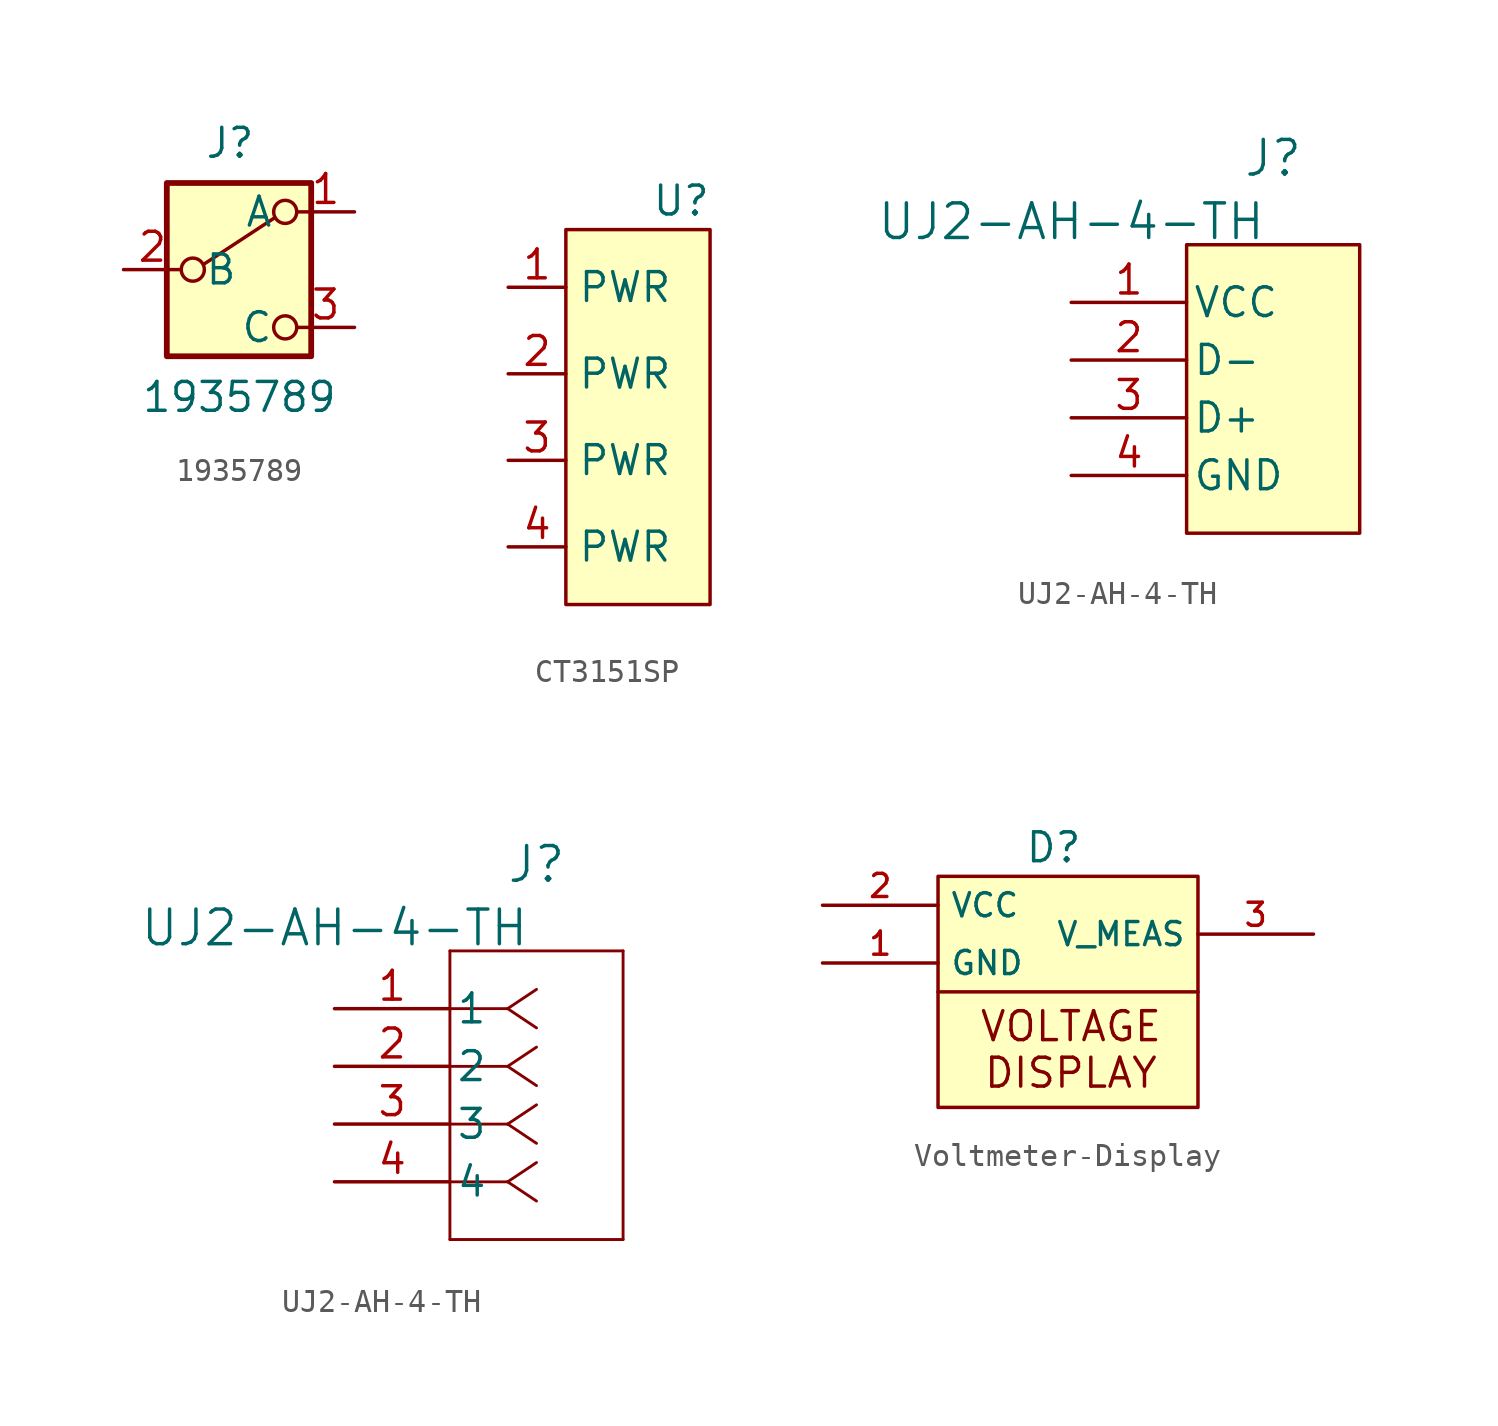
<source format=kicad_sym>
(kicad_symbol_lib
  (version 20231120)
  (generator "kicad_symbol_editor")
  (generator_version "8.0")
  (symbol "1935789"
    (pin_names
      (offset 1.016))
    (property "Reference" "J"
      (at -1.524 4.826 0)
      (effects (font (size 1.27 1.27)) (justify left bottom)))
    (property "Value" "1935789"
      (at -4.318 -6.35 0)
      (effects (font (size 1.27 1.27)) (justify left bottom)))
    (symbol "1935789_0_0"
      (circle (center -2.032 0) (radius 0.508) (stroke (width 0) (type default)) (fill (type none)))
      (circle (center 2.032 -2.54) (radius 0.508) (stroke (width 0) (type default)) (fill (type none))))
    (symbol "1935789_0_1"
      (rectangle (start -3.175 3.81) (end 3.175 -3.81) (stroke (width 0.254) (type default)) (fill (type background)))
      (polyline (pts (xy -1.524 0.254) (xy 1.575 2.286)) (stroke (width 0) (type default)) (fill (type none)))
      (circle (center 2.032 2.54) (radius 0.508) (stroke (width 0) (type default)) (fill (type none))))
    (symbol "1935789_1_1"
      (pin passive line (at 5.08 2.54 180) (length 2.54) (name "A" (effects (font (size 1.27 1.27)))) (number "1" (effects (font (size 1.27 1.27)))))
      (pin passive line (at -5.08 0 0) (length 2.54) (name "B" (effects (font (size 1.27 1.27)))) (number "2" (effects (font (size 1.27 1.27)))))
      (pin passive line (at 5.08 -2.54 180) (length 2.54) (name "C" (effects (font (size 1.27 1.27)))) (number "3" (effects (font (size 1.27 1.27)))))))
  (symbol "CT3151SP"
    (property "Reference" "U"
      (at 0 0 0)
      (effects (font (size 1.27 1.27))))
    (property "Value" ""
      (at 1.27 2.54 0)
      (effects (font (size 1.27 1.27))))
    (symbol "CT3151SP_1_1"
      (rectangle (start -5.08 -1.27) (end 1.27 -17.78) (stroke (width 0) (type default)) (fill (type color) (color 255 255 194 1)))
      (pin input line (at -7.62 -3.81 0) (length 2.54) (name "PWR" (effects (font (size 1.27 1.27)))) (number "1" (effects (font (size 1.27 1.27)))))
      (pin input line (at -7.62 -7.62 0) (length 2.54) (name "PWR" (effects (font (size 1.27 1.27)))) (number "2" (effects (font (size 1.27 1.27)))))
      (pin input line (at -7.62 -11.43 0) (length 2.54) (name "PWR" (effects (font (size 1.27 1.27)))) (number "3" (effects (font (size 1.27 1.27)))))
      (pin input line (at -7.62 -15.24 0) (length 2.54) (name "PWR" (effects (font (size 1.27 1.27)))) (number "4" (effects (font (size 1.27 1.27)))))))
  (symbol "UJ2-AH-4-TH"
    (pin_names
      (offset 0.254))
    (property "Reference" "J"
      (at 8.89 6.35 0)
      (effects (font (size 1.524 1.524))))
    (property "Value" "UJ2-AH-4-TH"
      (at 0 3.556 0)
      (effects (font (size 1.524 1.524))))
    (symbol "UJ2-AH-4-TH_1_1"
      (rectangle (start 5.08 2.54) (end 12.7 -10.16) (stroke (width 0) (type default)) (fill (type background)))
      (pin unspecified line (at 0 0 0) (length 5.08) (name "VCC" (effects (font (size 1.27 1.27)))) (number "1" (effects (font (size 1.27 1.27)))))
      (pin unspecified line (at 0 -2.54 0) (length 5.08) (name "D-" (effects (font (size 1.27 1.27)))) (number "2" (effects (font (size 1.27 1.27)))))
      (pin unspecified line (at 0 -5.08 0) (length 5.08) (name "D+" (effects (font (size 1.27 1.27)))) (number "3" (effects (font (size 1.27 1.27)))))
      (pin unspecified line (at 0 -7.62 0) (length 5.08) (name "GND" (effects (font (size 1.27 1.27)))) (number "4" (effects (font (size 1.27 1.27))))))
    (symbol "UJ2-AH-4-TH_1_2"
      (polyline (pts (xy 5.08 -10.16) (xy 12.7 -10.16)) (stroke (width 0.127) (type default)) (fill (type none)))
      (polyline (pts (xy 5.08 2.54) (xy 5.08 -10.16)) (stroke (width 0.127) (type default)) (fill (type none)))
      (polyline (pts (xy 7.62 -7.62) (xy 5.08 -7.62)) (stroke (width 0.127) (type default)) (fill (type none)))
      (polyline (pts (xy 7.62 -7.62) (xy 8.89 -8.467)) (stroke (width 0.127) (type default)) (fill (type none)))
      (polyline (pts (xy 7.62 -7.62) (xy 8.89 -6.773)) (stroke (width 0.127) (type default)) (fill (type none)))
      (polyline (pts (xy 7.62 -5.08) (xy 5.08 -5.08)) (stroke (width 0.127) (type default)) (fill (type none)))
      (polyline (pts (xy 7.62 -5.08) (xy 8.89 -5.927)) (stroke (width 0.127) (type default)) (fill (type none)))
      (polyline (pts (xy 7.62 -5.08) (xy 8.89 -4.233)) (stroke (width 0.127) (type default)) (fill (type none)))
      (polyline (pts (xy 7.62 -2.54) (xy 5.08 -2.54)) (stroke (width 0.127) (type default)) (fill (type none)))
      (polyline (pts (xy 7.62 -2.54) (xy 8.89 -3.387)) (stroke (width 0.127) (type default)) (fill (type none)))
      (polyline (pts (xy 7.62 -2.54) (xy 8.89 -1.693)) (stroke (width 0.127) (type default)) (fill (type none)))
      (polyline (pts (xy 7.62 0) (xy 5.08 0)) (stroke (width 0.127) (type default)) (fill (type none)))
      (polyline (pts (xy 7.62 0) (xy 8.89 -0.847)) (stroke (width 0.127) (type default)) (fill (type none)))
      (polyline (pts (xy 7.62 0) (xy 8.89 0.847)) (stroke (width 0.127) (type default)) (fill (type none)))
      (polyline (pts (xy 12.7 -10.16) (xy 12.7 2.54)) (stroke (width 0.127) (type default)) (fill (type none)))
      (polyline (pts (xy 12.7 2.54) (xy 5.08 2.54)) (stroke (width 0.127) (type default)) (fill (type none)))
      (pin unspecified line (at 0 0 0) (length 5.08) (name "1" (effects (font (size 1.27 1.27)))) (number "1" (effects (font (size 1.27 1.27)))))
      (pin unspecified line (at 0 -2.54 0) (length 5.08) (name "2" (effects (font (size 1.27 1.27)))) (number "2" (effects (font (size 1.27 1.27)))))
      (pin unspecified line (at 0 -5.08 0) (length 5.08) (name "3" (effects (font (size 1.27 1.27)))) (number "3" (effects (font (size 1.27 1.27)))))
      (pin unspecified line (at 0 -7.62 0) (length 5.08) (name "4" (effects (font (size 1.27 1.27)))) (number "4" (effects (font (size 1.27 1.27)))))))
  (symbol "Voltmeter-Display"
    (property "Reference" "D"
      (at 0 0 0)
      (effects (font (size 1.27 1.27))))
    (property "Value" ""
      (at 0 0 0)
      (effects (font (size 1.27 1.27))))
    (symbol "Voltmeter-Display_1_0"
      (pin power_in line (at -10.16 -5.08 0) (length 5.08) (name "GND" (effects (font (size 1.016 1.016)))) (number "1" (effects (font (size 1.016 1.016)))))
      (pin power_in line (at -10.16 -2.54 0) (length 5.08) (name "VCC" (effects (font (size 1.016 1.016)))) (number "2" (effects (font (size 1.016 1.016)))))
      (pin passive line (at 11.43 -3.81 180) (length 5.08) (name "V_MEAS" (effects (font (size 1.016 1.016)))) (number "3" (effects (font (size 1.016 1.016))))))
    (symbol "Voltmeter-Display_1_1"
      (rectangle (start -5.08 -1.27) (end 6.35 -11.43) (stroke (width 0) (type default)) (fill (type background)))
      (polyline (pts (xy -5.08 -6.35) (xy 6.35 -6.35)) (stroke (width 0) (type default)) (fill (type none)))
      (text "VOLTAGE\nDISPLAY" (at 0.762 -8.89 0) (effects (font (size 1.27 1.27)))))))
</source>
